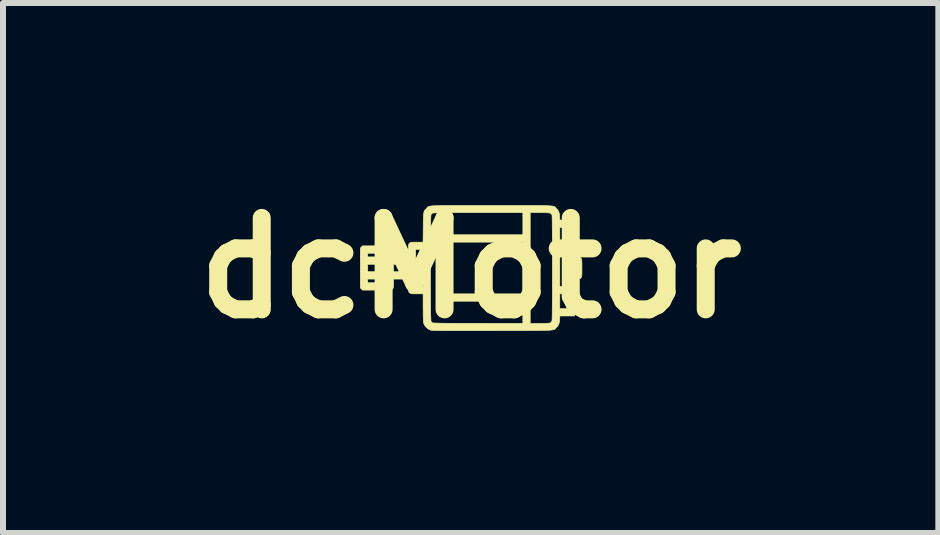
<source format=kicad_pcb>
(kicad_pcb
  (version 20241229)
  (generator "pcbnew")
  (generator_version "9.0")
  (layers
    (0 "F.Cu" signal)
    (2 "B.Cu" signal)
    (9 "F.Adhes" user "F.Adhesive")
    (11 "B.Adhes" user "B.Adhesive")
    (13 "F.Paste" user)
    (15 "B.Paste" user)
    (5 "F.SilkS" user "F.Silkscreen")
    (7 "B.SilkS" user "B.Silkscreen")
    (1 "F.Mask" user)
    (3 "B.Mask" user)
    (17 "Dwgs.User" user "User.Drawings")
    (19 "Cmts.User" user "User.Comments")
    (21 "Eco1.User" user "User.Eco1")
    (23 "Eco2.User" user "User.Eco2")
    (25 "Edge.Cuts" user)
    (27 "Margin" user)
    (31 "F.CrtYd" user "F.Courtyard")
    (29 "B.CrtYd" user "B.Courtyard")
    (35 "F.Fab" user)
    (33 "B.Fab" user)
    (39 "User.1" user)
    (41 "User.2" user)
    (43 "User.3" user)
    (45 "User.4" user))
  (footprint "dcMotor"
    (layer "F.Cu")
    (at 4.797 1.418)
    (property "Reference" "dcMotor" (at 0 0 0) (layer "F.SilkS") (effects (font (size 1.524 1.524) (thickness 0.3))))
    (attr through_hole)
    (fp_poly (pts (xy 0.851 -1.043) (xy 0.944 -1.043) (xy 1.026 -1.043) (xy 1.098 -1.042) (xy 1.159 -1.042) (xy 1.212 -1.041) (xy 1.256 -1.04) (xy 1.293 -1.038) (xy 1.323 -1.036) (xy 1.348 -1.034) (xy 1.367 -1.032) (xy 1.382 -1.028) (xy 1.393 -1.025) (xy 1.402 -1.021) (xy 1.409 -1.016) (xy 1.414 -1.011) (xy 1.42 -1.005) (xy 1.426 -0.998) (xy 1.431 -0.992) (xy 1.456 -0.964) (xy 1.471 -0.933) (xy 1.48 -0.896) (xy 1.484 -0.86) (xy 1.487 -0.8) (xy 1.732 -0.8) (xy 1.732 -0.677) (xy 1.486 -0.677) (xy 1.486 -0.431) (xy 1.559 -0.431) (xy 1.594 -0.431) (xy 1.617 -0.429) (xy 1.632 -0.426) (xy 1.643 -0.42) (xy 1.651 -0.412) (xy 1.659 -0.404) (xy 1.664 -0.395) (xy 1.667 -0.382) (xy 1.669 -0.363) (xy 1.67 -0.335) (xy 1.67 -0.295) (xy 1.67 -0.289) (xy 1.67 -0.185) (xy 1.744 -0.185) (xy 1.778 -0.184) (xy 1.802 -0.183) (xy 1.817 -0.18) (xy 1.827 -0.174) (xy 1.836 -0.166) (xy 1.843 -0.159) (xy 1.847 -0.151) (xy 1.851 -0.141) (xy 1.853 -0.126) (xy 1.854 -0.104) (xy 1.855 -0.071) (xy 1.855 -0.027) (xy 1.855 0) (xy 1.855 0.051) (xy 1.855 0.089) (xy 1.854 0.116) (xy 1.852 0.135) (xy 1.849 0.147) (xy 1.845 0.155) (xy 1.84 0.162) (xy 1.836 0.166) (xy 1.826 0.175) (xy 1.815 0.18) (xy 1.799 0.183) (xy 1.774 0.185) (xy 1.744 0.185) (xy 1.67 0.185) (xy 1.67 0.289) (xy 1.67 0.331) (xy 1.669 0.361) (xy 1.668 0.38) (xy 1.665 0.394) (xy 1.66 0.403) (xy 1.652 0.411) (xy 1.651 0.412) (xy 1.641 0.421) (xy 1.63 0.427) (xy 1.614 0.43) (xy 1.59 0.431) (xy 1.559 0.431) (xy 1.486 0.431) (xy 1.486 0.677) (xy 1.732 0.677) (xy 1.732 0.8) (xy 1.487 0.8) (xy 1.484 0.86) (xy 1.479 0.905) (xy 1.468 0.94) (xy 1.451 0.97) (xy 1.431 0.992) (xy 1.424 1) (xy 1.419 1.006) (xy 1.413 1.012) (xy 1.407 1.017) (xy 1.4 1.022) (xy 1.391 1.026) (xy 1.379 1.029) (xy 1.363 1.032) (xy 1.342 1.035) (xy 1.317 1.037) (xy 1.285 1.039) (xy 1.246 1.04) (xy 1.2 1.041) (xy 1.145 1.042) (xy 1.081 1.043) (xy 1.007 1.043) (xy 0.922 1.044) (xy 0.825 1.044) (xy 0.716 1.044) (xy 0.594 1.044) (xy 0.457 1.044) (xy 0.358 1.045) (xy 0.208 1.045) (xy 0.073 1.045) (xy -0.047 1.045) (xy -0.155 1.045) (xy -0.25 1.045) (xy -0.333 1.045) (xy -0.406 1.044) (xy -0.467 1.044) (xy -0.519 1.043) (xy -0.563 1.042) (xy -0.597 1.042) (xy -0.625 1.041) (xy -0.645 1.04) (xy -0.659 1.038) (xy -0.668 1.037) (xy -0.671 1.036) (xy -0.713 1.014) (xy -0.749 0.981) (xy -0.776 0.941) (xy -0.785 0.916) (xy -0.787 0.902) (xy -0.789 0.874) (xy -0.79 0.835) (xy -0.792 0.787) (xy -0.792 0.733) (xy -0.793 0.674) (xy -0.793 0.66) (xy -0.793 0.431) (xy -0.897 0.431) (xy -0.939 0.431) (xy -0.969 0.43) (xy -0.989 0.429) (xy -1.002 0.425) (xy -1.011 0.42) (xy -1.019 0.413) (xy -1.02 0.412) (xy -1.028 0.404) (xy -1.033 0.395) (xy -1.036 0.382) (xy -1.038 0.363) (xy -1.039 0.335) (xy -1.039 0.295) (xy -1.039 0.289) (xy -1.039 0.185) (xy -1.285 0.185) (xy -1.285 0.258) (xy -1.286 0.293) (xy -1.287 0.316) (xy -1.29 0.331) (xy -1.296 0.342) (xy -1.304 0.351) (xy -1.323 0.369) (xy -1.802 0.369) (xy -1.821 0.351) (xy -1.84 0.332) (xy -1.84 0.185) (xy -1.716 0.185) (xy -1.716 0.246) (xy -1.409 0.246) (xy -1.409 0.185) (xy -1.716 0.185) (xy -1.84 0.185) (xy -1.84 -0.062) (xy -1.716 -0.062) (xy -1.716 0.062) (xy -1.409 0.062) (xy -1.409 -0.062) (xy -1.285 -0.062) (xy -1.285 0.062) (xy -1.039 0.062) (xy -1.039 -0.062) (xy -1.285 -0.062) (xy -1.409 -0.062) (xy -1.716 -0.062) (xy -1.84 -0.062) (xy -1.84 -0.246) (xy -1.716 -0.246) (xy -1.716 -0.185) (xy -1.409 -0.185) (xy -1.409 -0.246) (xy -1.716 -0.246) (xy -1.84 -0.246) (xy -1.84 -0.332) (xy -1.802 -0.369) (xy -1.323 -0.369) (xy -1.304 -0.351) (xy -1.295 -0.34) (xy -1.29 -0.329) (xy -1.287 -0.313) (xy -1.286 -0.289) (xy -1.285 -0.258) (xy -1.285 -0.185) (xy -1.039 -0.185) (xy -1.039 -0.289) (xy -1.039 -0.308) (xy -0.916 -0.308) (xy -0.916 0.308) (xy -0.793 0.308) (xy -0.793 0.015) (xy -0.67 0.015) (xy -0.67 0.117) (xy -0.67 0.217) (xy -0.67 0.315) (xy -0.669 0.409) (xy -0.669 0.498) (xy -0.668 0.581) (xy -0.667 0.656) (xy -0.667 0.723) (xy -0.666 0.781) (xy -0.664 0.827) (xy -0.663 0.861) (xy -0.662 0.882) (xy -0.661 0.888) (xy -0.648 0.905) (xy -0.636 0.915) (xy -0.625 0.916) (xy -0.599 0.918) (xy -0.557 0.919) (xy -0.499 0.92) (xy -0.427 0.921) (xy -0.339 0.922) (xy -0.236 0.922) (xy -0.117 0.923) (xy 0.017 0.923) (xy 0.125 0.923) (xy 0.87 0.924) (xy 0.87 0.554) (xy -0.509 0.554) (xy -0.546 0.516) (xy -0.546 -0.431) (xy -0.423 -0.431) (xy -0.423 0.431) (xy 0.87 0.431) (xy 0.87 -0.431) (xy -0.423 -0.431) (xy -0.546 -0.431) (xy -0.546 -0.516) (xy -0.528 -0.535) (xy -0.509 -0.554) (xy 0.87 -0.554) (xy 0.87 -0.924) (xy 0.993 -0.924) (xy 0.993 0.924) (xy 1.15 0.924) (xy 1.21 0.923) (xy 1.259 0.922) (xy 1.296 0.92) (xy 1.32 0.917) (xy 1.327 0.915) (xy 1.344 0.901) (xy 1.354 0.888) (xy 1.355 0.879) (xy 1.357 0.86) (xy 1.358 0.83) (xy 1.359 0.789) (xy 1.36 0.736) (xy 1.36 0.67) (xy 1.361 0.592) (xy 1.362 0.5) (xy 1.362 0.395) (xy 1.362 0.275) (xy 1.362 0.142) (xy 1.362 0) (xy 1.362 -0.148) (xy 1.362 -0.281) (xy 1.362 -0.308) (xy 1.486 -0.308) (xy 1.486 0.308) (xy 1.547 0.308) (xy 1.547 -0.062) (xy 1.67 -0.062) (xy 1.67 0.062) (xy 1.732 0.062) (xy 1.732 -0.062) (xy 1.67 -0.062) (xy 1.547 -0.062) (xy 1.547 -0.308) (xy 1.486 -0.308) (xy 1.362 -0.308) (xy 1.362 -0.4) (xy 1.361 -0.504) (xy 1.361 -0.595) (xy 1.36 -0.673) (xy 1.36 -0.738) (xy 1.359 -0.791) (xy 1.358 -0.832) (xy 1.357 -0.861) (xy 1.355 -0.88) (xy 1.354 -0.888) (xy 1.347 -0.899) (xy 1.338 -0.908) (xy 1.324 -0.914) (xy 1.304 -0.919) (xy 1.275 -0.921) (xy 1.236 -0.923) (xy 1.184 -0.924) (xy 1.15 -0.924) (xy 0.993 -0.924) (xy 0.87 -0.924) (xy 0.127 -0.924) (xy -0.01 -0.924) (xy -0.132 -0.923) (xy -0.239 -0.923) (xy -0.333 -0.923) (xy -0.413 -0.922) (xy -0.48 -0.921) (xy -0.534 -0.92) (xy -0.576 -0.919) (xy -0.606 -0.918) (xy -0.626 -0.917) (xy -0.634 -0.915) (xy -0.652 -0.901) (xy -0.661 -0.888) (xy -0.662 -0.877) (xy -0.664 -0.852) (xy -0.665 -0.815) (xy -0.666 -0.765) (xy -0.667 -0.705) (xy -0.668 -0.635) (xy -0.668 -0.557) (xy -0.669 -0.473) (xy -0.669 -0.382) (xy -0.67 -0.287) (xy -0.67 -0.188) (xy -0.67 -0.087) (xy -0.67 0.015) (xy -0.793 0.015) (xy -0.793 -0.308) (xy -0.916 -0.308) (xy -1.039 -0.308) (xy -1.039 -0.331) (xy -1.038 -0.361) (xy -1.037 -0.38) (xy -1.033 -0.394) (xy -1.029 -0.403) (xy -1.021 -0.411) (xy -1.02 -0.412) (xy -1.012 -0.42) (xy -1.003 -0.425) (xy -0.99 -0.428) (xy -0.971 -0.43) (xy -0.943 -0.431) (xy -0.902 -0.431) (xy -0.897 -0.431) (xy -0.794 -0.431) (xy -0.791 -0.675) (xy -0.791 -0.746) (xy -0.79 -0.804) (xy -0.788 -0.849) (xy -0.786 -0.885) (xy -0.783 -0.912) (xy -0.779 -0.933) (xy -0.773 -0.949) (xy -0.765 -0.963) (xy -0.755 -0.975) (xy -0.742 -0.988) (xy -0.738 -0.992) (xy -0.732 -1) (xy -0.726 -1.006) (xy -0.721 -1.012) (xy -0.715 -1.017) (xy -0.708 -1.022) (xy -0.698 -1.026) (xy -0.686 -1.029) (xy -0.671 -1.032) (xy -0.651 -1.035) (xy -0.625 -1.037) (xy -0.594 -1.038) (xy -0.555 -1.04) (xy -0.51 -1.041) (xy -0.455 -1.042) (xy -0.392 -1.042) (xy -0.318 -1.043) (xy -0.234 -1.043) (xy -0.138 -1.043) (xy -0.03 -1.043) (xy 0.092 -1.043) (xy 0.227 -1.043) (xy 0.346 -1.043) (xy 0.494 -1.043) (xy 0.626 -1.043) (xy 0.745 -1.043) (xy 0.851 -1.043)) (stroke (width 0.01) (type solid)) (fill yes) (layer "F.SilkS")))
  (gr_rect
    (start -3 -3)
    (end 12.594 5.836)
    (stroke (width 0.1) (type default))
    (fill no)
    (layer "Edge.Cuts")))
</source>
